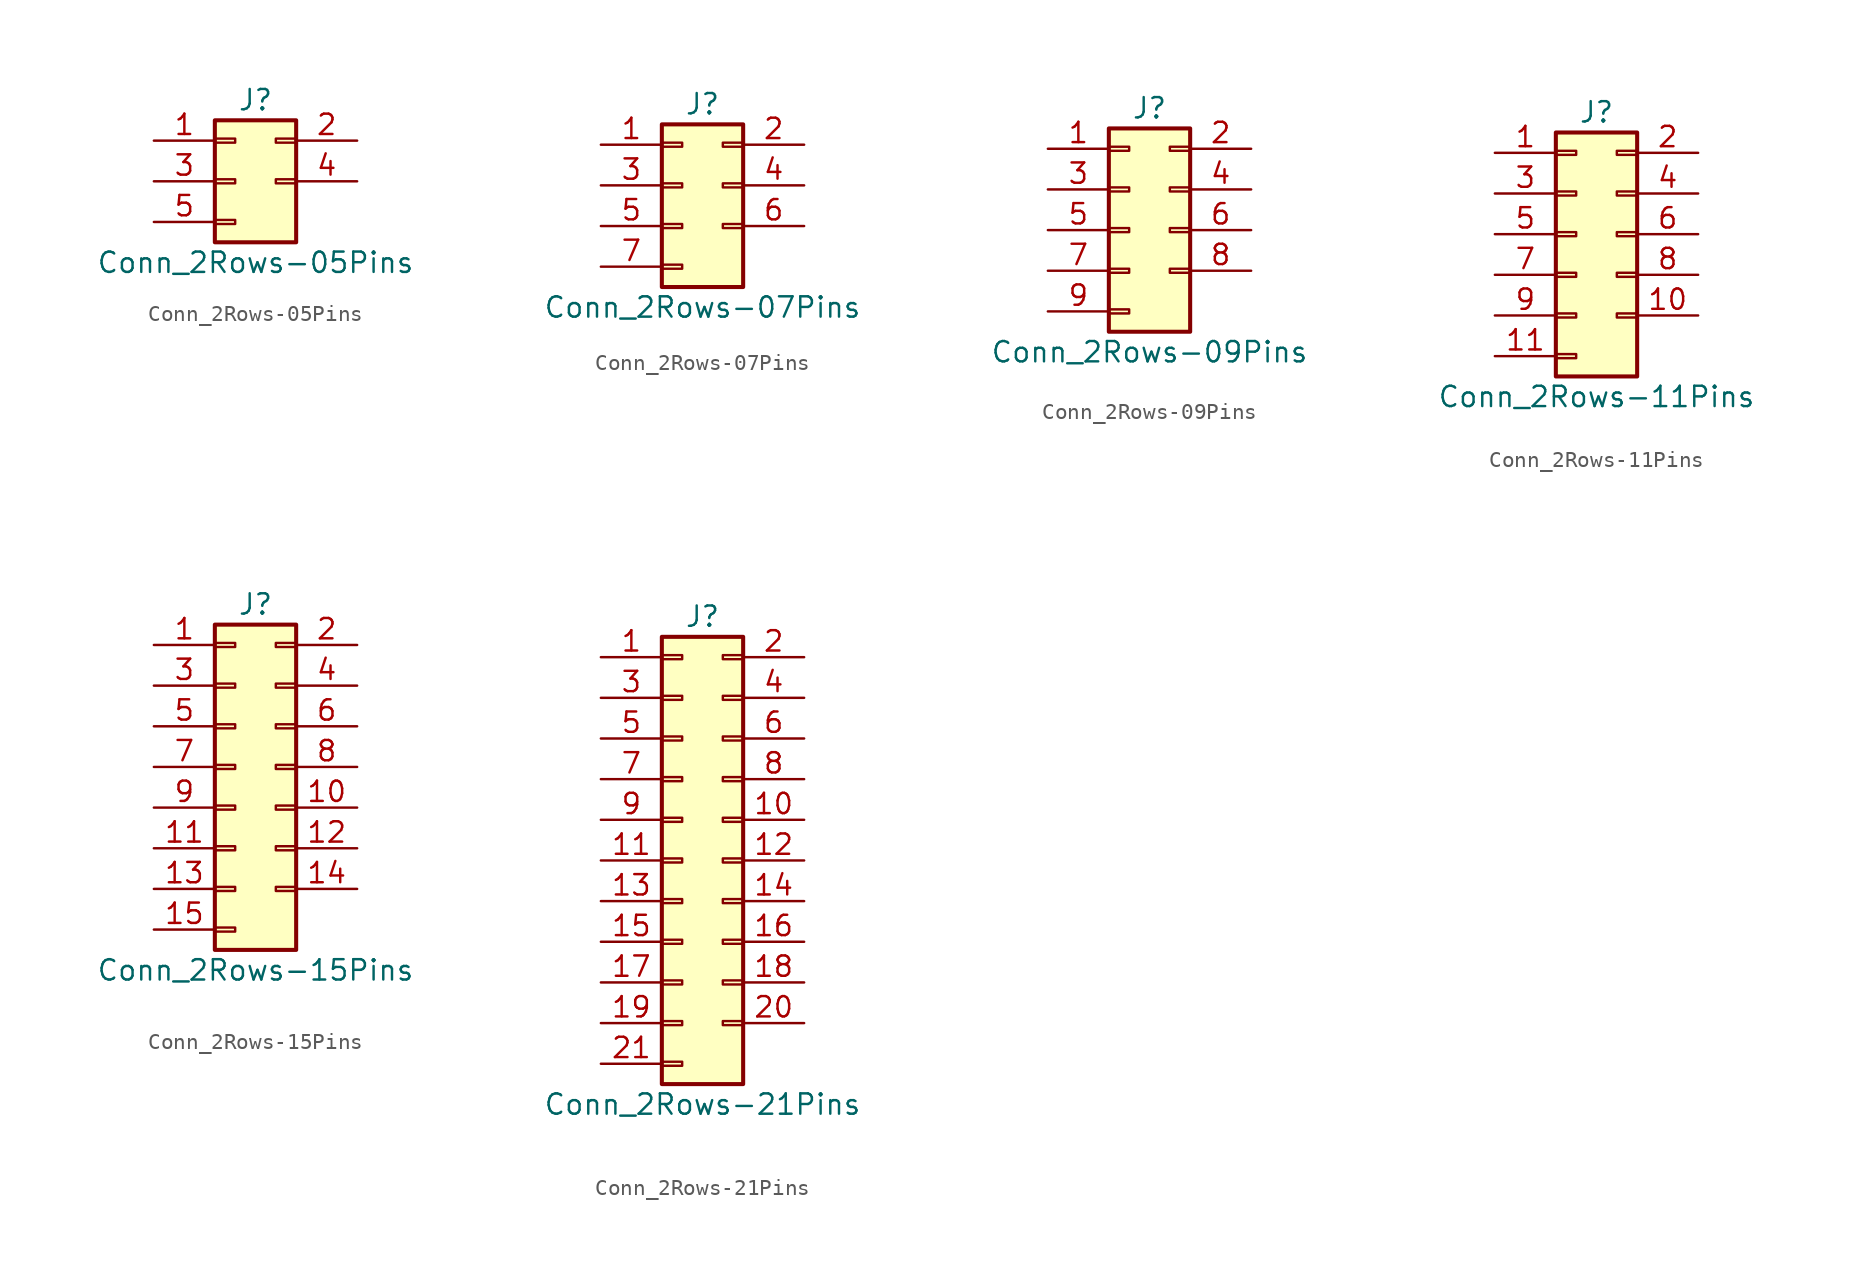
<source format=kicad_sym>
(kicad_symbol_lib
  (version 20211014)
  (generator kicad_symbol_editor)
  (symbol "Conn_2Rows-05Pins"
    (pin_names
      (offset 1.016) hide)
    (property "Reference" "J"
      (at 1.27 5.08 0)
      (effects (font (size 1.27 1.27))))
    (property "Value" "Conn_2Rows-05Pins"
      (at 1.27 -5.08 0)
      (effects (font (size 1.27 1.27))))
    (symbol "Conn_2Rows-05Pins_1_1"
      (rectangle (start -1.27 -2.413) (end 0 -2.667) (stroke (width 0.152) (type default) (color 0 0 0 0)) (fill (type none)))
      (rectangle (start -1.27 0.127) (end 0 -0.127) (stroke (width 0.152) (type default) (color 0 0 0 0)) (fill (type none)))
      (rectangle (start -1.27 2.667) (end 0 2.413) (stroke (width 0.152) (type default) (color 0 0 0 0)) (fill (type none)))
      (rectangle (start -1.27 3.81) (end 3.81 -3.81) (stroke (width 0.254) (type default) (color 0 0 0 0)) (fill (type background)))
      (rectangle (start 3.81 0.127) (end 2.54 -0.127) (stroke (width 0.152) (type default) (color 0 0 0 0)) (fill (type none)))
      (rectangle (start 3.81 2.667) (end 2.54 2.413) (stroke (width 0.152) (type default) (color 0 0 0 0)) (fill (type none)))
      (pin passive line (at -5.08 2.54 0) (length 3.81) (name "Pin_1" (effects (font (size 1.27 1.27)))) (number "1" (effects (font (size 1.27 1.27)))))
      (pin passive line (at 7.62 2.54 180) (length 3.81) (name "Pin_2" (effects (font (size 1.27 1.27)))) (number "2" (effects (font (size 1.27 1.27)))))
      (pin passive line (at -5.08 0 0) (length 3.81) (name "Pin_3" (effects (font (size 1.27 1.27)))) (number "3" (effects (font (size 1.27 1.27)))))
      (pin passive line (at 7.62 0 180) (length 3.81) (name "Pin_4" (effects (font (size 1.27 1.27)))) (number "4" (effects (font (size 1.27 1.27)))))
      (pin passive line (at -5.08 -2.54 0) (length 3.81) (name "Pin_5" (effects (font (size 1.27 1.27)))) (number "5" (effects (font (size 1.27 1.27)))))))
  (symbol "Conn_2Rows-07Pins"
    (pin_names
      (offset 1.016) hide)
    (property "Reference" "J"
      (at 1.27 5.08 0)
      (effects (font (size 1.27 1.27))))
    (property "Value" "Conn_2Rows-07Pins"
      (at 1.27 -7.62 0)
      (effects (font (size 1.27 1.27))))
    (symbol "Conn_2Rows-07Pins_1_1"
      (rectangle (start -1.27 -4.953) (end 0 -5.207) (stroke (width 0.152) (type default) (color 0 0 0 0)) (fill (type none)))
      (rectangle (start -1.27 -2.413) (end 0 -2.667) (stroke (width 0.152) (type default) (color 0 0 0 0)) (fill (type none)))
      (rectangle (start -1.27 0.127) (end 0 -0.127) (stroke (width 0.152) (type default) (color 0 0 0 0)) (fill (type none)))
      (rectangle (start -1.27 2.667) (end 0 2.413) (stroke (width 0.152) (type default) (color 0 0 0 0)) (fill (type none)))
      (rectangle (start -1.27 3.81) (end 3.81 -6.35) (stroke (width 0.254) (type default) (color 0 0 0 0)) (fill (type background)))
      (rectangle (start 3.81 -2.413) (end 2.54 -2.667) (stroke (width 0.152) (type default) (color 0 0 0 0)) (fill (type none)))
      (rectangle (start 3.81 0.127) (end 2.54 -0.127) (stroke (width 0.152) (type default) (color 0 0 0 0)) (fill (type none)))
      (rectangle (start 3.81 2.667) (end 2.54 2.413) (stroke (width 0.152) (type default) (color 0 0 0 0)) (fill (type none)))
      (pin passive line (at -5.08 2.54 0) (length 3.81) (name "Pin_1" (effects (font (size 1.27 1.27)))) (number "1" (effects (font (size 1.27 1.27)))))
      (pin passive line (at 7.62 2.54 180) (length 3.81) (name "Pin_2" (effects (font (size 1.27 1.27)))) (number "2" (effects (font (size 1.27 1.27)))))
      (pin passive line (at -5.08 0 0) (length 3.81) (name "Pin_3" (effects (font (size 1.27 1.27)))) (number "3" (effects (font (size 1.27 1.27)))))
      (pin passive line (at 7.62 0 180) (length 3.81) (name "Pin_4" (effects (font (size 1.27 1.27)))) (number "4" (effects (font (size 1.27 1.27)))))
      (pin passive line (at -5.08 -2.54 0) (length 3.81) (name "Pin_5" (effects (font (size 1.27 1.27)))) (number "5" (effects (font (size 1.27 1.27)))))
      (pin passive line (at 7.62 -2.54 180) (length 3.81) (name "Pin_6" (effects (font (size 1.27 1.27)))) (number "6" (effects (font (size 1.27 1.27)))))
      (pin passive line (at -5.08 -5.08 0) (length 3.81) (name "Pin_7" (effects (font (size 1.27 1.27)))) (number "7" (effects (font (size 1.27 1.27)))))))
  (symbol "Conn_2Rows-09Pins"
    (pin_names
      (offset 1.016) hide)
    (property "Reference" "J"
      (at 1.27 7.62 0)
      (effects (font (size 1.27 1.27))))
    (property "Value" "Conn_2Rows-09Pins"
      (at 1.27 -7.62 0)
      (effects (font (size 1.27 1.27))))
    (symbol "Conn_2Rows-09Pins_1_1"
      (rectangle (start -1.27 -4.953) (end 0 -5.207) (stroke (width 0.152) (type default) (color 0 0 0 0)) (fill (type none)))
      (rectangle (start -1.27 -2.413) (end 0 -2.667) (stroke (width 0.152) (type default) (color 0 0 0 0)) (fill (type none)))
      (rectangle (start -1.27 0.127) (end 0 -0.127) (stroke (width 0.152) (type default) (color 0 0 0 0)) (fill (type none)))
      (rectangle (start -1.27 2.667) (end 0 2.413) (stroke (width 0.152) (type default) (color 0 0 0 0)) (fill (type none)))
      (rectangle (start -1.27 5.207) (end 0 4.953) (stroke (width 0.152) (type default) (color 0 0 0 0)) (fill (type none)))
      (rectangle (start -1.27 6.35) (end 3.81 -6.35) (stroke (width 0.254) (type default) (color 0 0 0 0)) (fill (type background)))
      (rectangle (start 3.81 -2.413) (end 2.54 -2.667) (stroke (width 0.152) (type default) (color 0 0 0 0)) (fill (type none)))
      (rectangle (start 3.81 0.127) (end 2.54 -0.127) (stroke (width 0.152) (type default) (color 0 0 0 0)) (fill (type none)))
      (rectangle (start 3.81 2.667) (end 2.54 2.413) (stroke (width 0.152) (type default) (color 0 0 0 0)) (fill (type none)))
      (rectangle (start 3.81 5.207) (end 2.54 4.953) (stroke (width 0.152) (type default) (color 0 0 0 0)) (fill (type none)))
      (pin passive line (at -5.08 5.08 0) (length 3.81) (name "Pin_1" (effects (font (size 1.27 1.27)))) (number "1" (effects (font (size 1.27 1.27)))))
      (pin passive line (at 7.62 5.08 180) (length 3.81) (name "Pin_2" (effects (font (size 1.27 1.27)))) (number "2" (effects (font (size 1.27 1.27)))))
      (pin passive line (at -5.08 2.54 0) (length 3.81) (name "Pin_3" (effects (font (size 1.27 1.27)))) (number "3" (effects (font (size 1.27 1.27)))))
      (pin passive line (at 7.62 2.54 180) (length 3.81) (name "Pin_4" (effects (font (size 1.27 1.27)))) (number "4" (effects (font (size 1.27 1.27)))))
      (pin passive line (at -5.08 0 0) (length 3.81) (name "Pin_5" (effects (font (size 1.27 1.27)))) (number "5" (effects (font (size 1.27 1.27)))))
      (pin passive line (at 7.62 0 180) (length 3.81) (name "Pin_6" (effects (font (size 1.27 1.27)))) (number "6" (effects (font (size 1.27 1.27)))))
      (pin passive line (at -5.08 -2.54 0) (length 3.81) (name "Pin_7" (effects (font (size 1.27 1.27)))) (number "7" (effects (font (size 1.27 1.27)))))
      (pin passive line (at 7.62 -2.54 180) (length 3.81) (name "Pin_8" (effects (font (size 1.27 1.27)))) (number "8" (effects (font (size 1.27 1.27)))))
      (pin passive line (at -5.08 -5.08 0) (length 3.81) (name "Pin_9" (effects (font (size 1.27 1.27)))) (number "9" (effects (font (size 1.27 1.27)))))))
  (symbol "Conn_2Rows-11Pins"
    (pin_names
      (offset 1.016) hide)
    (property "Reference" "J"
      (at 1.27 7.62 0)
      (effects (font (size 1.27 1.27))))
    (property "Value" "Conn_2Rows-11Pins"
      (at 1.27 -10.16 0)
      (effects (font (size 1.27 1.27))))
    (symbol "Conn_2Rows-11Pins_1_1"
      (rectangle (start -1.27 -7.493) (end 0 -7.747) (stroke (width 0.152) (type default) (color 0 0 0 0)) (fill (type none)))
      (rectangle (start -1.27 -4.953) (end 0 -5.207) (stroke (width 0.152) (type default) (color 0 0 0 0)) (fill (type none)))
      (rectangle (start -1.27 -2.413) (end 0 -2.667) (stroke (width 0.152) (type default) (color 0 0 0 0)) (fill (type none)))
      (rectangle (start -1.27 0.127) (end 0 -0.127) (stroke (width 0.152) (type default) (color 0 0 0 0)) (fill (type none)))
      (rectangle (start -1.27 2.667) (end 0 2.413) (stroke (width 0.152) (type default) (color 0 0 0 0)) (fill (type none)))
      (rectangle (start -1.27 5.207) (end 0 4.953) (stroke (width 0.152) (type default) (color 0 0 0 0)) (fill (type none)))
      (rectangle (start -1.27 6.35) (end 3.81 -8.89) (stroke (width 0.254) (type default) (color 0 0 0 0)) (fill (type background)))
      (rectangle (start 3.81 -4.953) (end 2.54 -5.207) (stroke (width 0.152) (type default) (color 0 0 0 0)) (fill (type none)))
      (rectangle (start 3.81 -2.413) (end 2.54 -2.667) (stroke (width 0.152) (type default) (color 0 0 0 0)) (fill (type none)))
      (rectangle (start 3.81 0.127) (end 2.54 -0.127) (stroke (width 0.152) (type default) (color 0 0 0 0)) (fill (type none)))
      (rectangle (start 3.81 2.667) (end 2.54 2.413) (stroke (width 0.152) (type default) (color 0 0 0 0)) (fill (type none)))
      (rectangle (start 3.81 5.207) (end 2.54 4.953) (stroke (width 0.152) (type default) (color 0 0 0 0)) (fill (type none)))
      (pin passive line (at -5.08 5.08 0) (length 3.81) (name "Pin_1" (effects (font (size 1.27 1.27)))) (number "1" (effects (font (size 1.27 1.27)))))
      (pin passive line (at 7.62 -5.08 180) (length 3.81) (name "Pin_10" (effects (font (size 1.27 1.27)))) (number "10" (effects (font (size 1.27 1.27)))))
      (pin passive line (at -5.08 -7.62 0) (length 3.81) (name "Pin_11" (effects (font (size 1.27 1.27)))) (number "11" (effects (font (size 1.27 1.27)))))
      (pin passive line (at 7.62 5.08 180) (length 3.81) (name "Pin_2" (effects (font (size 1.27 1.27)))) (number "2" (effects (font (size 1.27 1.27)))))
      (pin passive line (at -5.08 2.54 0) (length 3.81) (name "Pin_3" (effects (font (size 1.27 1.27)))) (number "3" (effects (font (size 1.27 1.27)))))
      (pin passive line (at 7.62 2.54 180) (length 3.81) (name "Pin_4" (effects (font (size 1.27 1.27)))) (number "4" (effects (font (size 1.27 1.27)))))
      (pin passive line (at -5.08 0 0) (length 3.81) (name "Pin_5" (effects (font (size 1.27 1.27)))) (number "5" (effects (font (size 1.27 1.27)))))
      (pin passive line (at 7.62 0 180) (length 3.81) (name "Pin_6" (effects (font (size 1.27 1.27)))) (number "6" (effects (font (size 1.27 1.27)))))
      (pin passive line (at -5.08 -2.54 0) (length 3.81) (name "Pin_7" (effects (font (size 1.27 1.27)))) (number "7" (effects (font (size 1.27 1.27)))))
      (pin passive line (at 7.62 -2.54 180) (length 3.81) (name "Pin_8" (effects (font (size 1.27 1.27)))) (number "8" (effects (font (size 1.27 1.27)))))
      (pin passive line (at -5.08 -5.08 0) (length 3.81) (name "Pin_9" (effects (font (size 1.27 1.27)))) (number "9" (effects (font (size 1.27 1.27)))))))
  (symbol "Conn_2Rows-15Pins"
    (pin_names
      (offset 1.016) hide)
    (property "Reference" "J"
      (at 1.27 10.16 0)
      (effects (font (size 1.27 1.27))))
    (property "Value" "Conn_2Rows-15Pins"
      (at 1.27 -12.7 0)
      (effects (font (size 1.27 1.27))))
    (symbol "Conn_2Rows-15Pins_1_1"
      (rectangle (start -1.27 -10.033) (end 0 -10.287) (stroke (width 0.152) (type default) (color 0 0 0 0)) (fill (type none)))
      (rectangle (start -1.27 -7.493) (end 0 -7.747) (stroke (width 0.152) (type default) (color 0 0 0 0)) (fill (type none)))
      (rectangle (start -1.27 -4.953) (end 0 -5.207) (stroke (width 0.152) (type default) (color 0 0 0 0)) (fill (type none)))
      (rectangle (start -1.27 -2.413) (end 0 -2.667) (stroke (width 0.152) (type default) (color 0 0 0 0)) (fill (type none)))
      (rectangle (start -1.27 0.127) (end 0 -0.127) (stroke (width 0.152) (type default) (color 0 0 0 0)) (fill (type none)))
      (rectangle (start -1.27 2.667) (end 0 2.413) (stroke (width 0.152) (type default) (color 0 0 0 0)) (fill (type none)))
      (rectangle (start -1.27 5.207) (end 0 4.953) (stroke (width 0.152) (type default) (color 0 0 0 0)) (fill (type none)))
      (rectangle (start -1.27 7.747) (end 0 7.493) (stroke (width 0.152) (type default) (color 0 0 0 0)) (fill (type none)))
      (rectangle (start -1.27 8.89) (end 3.81 -11.43) (stroke (width 0.254) (type default) (color 0 0 0 0)) (fill (type background)))
      (rectangle (start 3.81 -7.493) (end 2.54 -7.747) (stroke (width 0.152) (type default) (color 0 0 0 0)) (fill (type none)))
      (rectangle (start 3.81 -4.953) (end 2.54 -5.207) (stroke (width 0.152) (type default) (color 0 0 0 0)) (fill (type none)))
      (rectangle (start 3.81 -2.413) (end 2.54 -2.667) (stroke (width 0.152) (type default) (color 0 0 0 0)) (fill (type none)))
      (rectangle (start 3.81 0.127) (end 2.54 -0.127) (stroke (width 0.152) (type default) (color 0 0 0 0)) (fill (type none)))
      (rectangle (start 3.81 2.667) (end 2.54 2.413) (stroke (width 0.152) (type default) (color 0 0 0 0)) (fill (type none)))
      (rectangle (start 3.81 5.207) (end 2.54 4.953) (stroke (width 0.152) (type default) (color 0 0 0 0)) (fill (type none)))
      (rectangle (start 3.81 7.747) (end 2.54 7.493) (stroke (width 0.152) (type default) (color 0 0 0 0)) (fill (type none)))
      (pin passive line (at -5.08 7.62 0) (length 3.81) (name "Pin_1" (effects (font (size 1.27 1.27)))) (number "1" (effects (font (size 1.27 1.27)))))
      (pin passive line (at 7.62 -2.54 180) (length 3.81) (name "Pin_10" (effects (font (size 1.27 1.27)))) (number "10" (effects (font (size 1.27 1.27)))))
      (pin passive line (at -5.08 -5.08 0) (length 3.81) (name "Pin_11" (effects (font (size 1.27 1.27)))) (number "11" (effects (font (size 1.27 1.27)))))
      (pin passive line (at 7.62 -5.08 180) (length 3.81) (name "Pin_12" (effects (font (size 1.27 1.27)))) (number "12" (effects (font (size 1.27 1.27)))))
      (pin passive line (at -5.08 -7.62 0) (length 3.81) (name "Pin_13" (effects (font (size 1.27 1.27)))) (number "13" (effects (font (size 1.27 1.27)))))
      (pin passive line (at 7.62 -7.62 180) (length 3.81) (name "Pin_14" (effects (font (size 1.27 1.27)))) (number "14" (effects (font (size 1.27 1.27)))))
      (pin passive line (at -5.08 -10.16 0) (length 3.81) (name "Pin_15" (effects (font (size 1.27 1.27)))) (number "15" (effects (font (size 1.27 1.27)))))
      (pin passive line (at 7.62 7.62 180) (length 3.81) (name "Pin_2" (effects (font (size 1.27 1.27)))) (number "2" (effects (font (size 1.27 1.27)))))
      (pin passive line (at -5.08 5.08 0) (length 3.81) (name "Pin_3" (effects (font (size 1.27 1.27)))) (number "3" (effects (font (size 1.27 1.27)))))
      (pin passive line (at 7.62 5.08 180) (length 3.81) (name "Pin_4" (effects (font (size 1.27 1.27)))) (number "4" (effects (font (size 1.27 1.27)))))
      (pin passive line (at -5.08 2.54 0) (length 3.81) (name "Pin_5" (effects (font (size 1.27 1.27)))) (number "5" (effects (font (size 1.27 1.27)))))
      (pin passive line (at 7.62 2.54 180) (length 3.81) (name "Pin_6" (effects (font (size 1.27 1.27)))) (number "6" (effects (font (size 1.27 1.27)))))
      (pin passive line (at -5.08 0 0) (length 3.81) (name "Pin_7" (effects (font (size 1.27 1.27)))) (number "7" (effects (font (size 1.27 1.27)))))
      (pin passive line (at 7.62 0 180) (length 3.81) (name "Pin_8" (effects (font (size 1.27 1.27)))) (number "8" (effects (font (size 1.27 1.27)))))
      (pin passive line (at -5.08 -2.54 0) (length 3.81) (name "Pin_9" (effects (font (size 1.27 1.27)))) (number "9" (effects (font (size 1.27 1.27)))))))
  (symbol "Conn_2Rows-21Pins"
    (pin_names
      (offset 1.016) hide)
    (property "Reference" "J"
      (at 1.27 15.24 0)
      (effects (font (size 1.27 1.27))))
    (property "Value" "Conn_2Rows-21Pins"
      (at 1.27 -15.24 0)
      (effects (font (size 1.27 1.27))))
    (symbol "Conn_2Rows-21Pins_1_1"
      (rectangle (start -1.27 -12.573) (end 0 -12.827) (stroke (width 0.152) (type default) (color 0 0 0 0)) (fill (type none)))
      (rectangle (start -1.27 -10.033) (end 0 -10.287) (stroke (width 0.152) (type default) (color 0 0 0 0)) (fill (type none)))
      (rectangle (start -1.27 -7.493) (end 0 -7.747) (stroke (width 0.152) (type default) (color 0 0 0 0)) (fill (type none)))
      (rectangle (start -1.27 -4.953) (end 0 -5.207) (stroke (width 0.152) (type default) (color 0 0 0 0)) (fill (type none)))
      (rectangle (start -1.27 -2.413) (end 0 -2.667) (stroke (width 0.152) (type default) (color 0 0 0 0)) (fill (type none)))
      (rectangle (start -1.27 0.127) (end 0 -0.127) (stroke (width 0.152) (type default) (color 0 0 0 0)) (fill (type none)))
      (rectangle (start -1.27 2.667) (end 0 2.413) (stroke (width 0.152) (type default) (color 0 0 0 0)) (fill (type none)))
      (rectangle (start -1.27 5.207) (end 0 4.953) (stroke (width 0.152) (type default) (color 0 0 0 0)) (fill (type none)))
      (rectangle (start -1.27 7.747) (end 0 7.493) (stroke (width 0.152) (type default) (color 0 0 0 0)) (fill (type none)))
      (rectangle (start -1.27 10.287) (end 0 10.033) (stroke (width 0.152) (type default) (color 0 0 0 0)) (fill (type none)))
      (rectangle (start -1.27 12.827) (end 0 12.573) (stroke (width 0.152) (type default) (color 0 0 0 0)) (fill (type none)))
      (rectangle (start -1.27 13.97) (end 3.81 -13.97) (stroke (width 0.254) (type default) (color 0 0 0 0)) (fill (type background)))
      (rectangle (start 3.81 -10.033) (end 2.54 -10.287) (stroke (width 0.152) (type default) (color 0 0 0 0)) (fill (type none)))
      (rectangle (start 3.81 -7.493) (end 2.54 -7.747) (stroke (width 0.152) (type default) (color 0 0 0 0)) (fill (type none)))
      (rectangle (start 3.81 -4.953) (end 2.54 -5.207) (stroke (width 0.152) (type default) (color 0 0 0 0)) (fill (type none)))
      (rectangle (start 3.81 -2.413) (end 2.54 -2.667) (stroke (width 0.152) (type default) (color 0 0 0 0)) (fill (type none)))
      (rectangle (start 3.81 0.127) (end 2.54 -0.127) (stroke (width 0.152) (type default) (color 0 0 0 0)) (fill (type none)))
      (rectangle (start 3.81 2.667) (end 2.54 2.413) (stroke (width 0.152) (type default) (color 0 0 0 0)) (fill (type none)))
      (rectangle (start 3.81 5.207) (end 2.54 4.953) (stroke (width 0.152) (type default) (color 0 0 0 0)) (fill (type none)))
      (rectangle (start 3.81 7.747) (end 2.54 7.493) (stroke (width 0.152) (type default) (color 0 0 0 0)) (fill (type none)))
      (rectangle (start 3.81 10.287) (end 2.54 10.033) (stroke (width 0.152) (type default) (color 0 0 0 0)) (fill (type none)))
      (rectangle (start 3.81 12.827) (end 2.54 12.573) (stroke (width 0.152) (type default) (color 0 0 0 0)) (fill (type none)))
      (pin passive line (at -5.08 12.7 0) (length 3.81) (name "Pin_1" (effects (font (size 1.27 1.27)))) (number "1" (effects (font (size 1.27 1.27)))))
      (pin passive line (at 7.62 2.54 180) (length 3.81) (name "Pin_10" (effects (font (size 1.27 1.27)))) (number "10" (effects (font (size 1.27 1.27)))))
      (pin passive line (at -5.08 0 0) (length 3.81) (name "Pin_11" (effects (font (size 1.27 1.27)))) (number "11" (effects (font (size 1.27 1.27)))))
      (pin passive line (at 7.62 0 180) (length 3.81) (name "Pin_12" (effects (font (size 1.27 1.27)))) (number "12" (effects (font (size 1.27 1.27)))))
      (pin passive line (at -5.08 -2.54 0) (length 3.81) (name "Pin_13" (effects (font (size 1.27 1.27)))) (number "13" (effects (font (size 1.27 1.27)))))
      (pin passive line (at 7.62 -2.54 180) (length 3.81) (name "Pin_14" (effects (font (size 1.27 1.27)))) (number "14" (effects (font (size 1.27 1.27)))))
      (pin passive line (at -5.08 -5.08 0) (length 3.81) (name "Pin_15" (effects (font (size 1.27 1.27)))) (number "15" (effects (font (size 1.27 1.27)))))
      (pin passive line (at 7.62 -5.08 180) (length 3.81) (name "Pin_16" (effects (font (size 1.27 1.27)))) (number "16" (effects (font (size 1.27 1.27)))))
      (pin passive line (at -5.08 -7.62 0) (length 3.81) (name "Pin_17" (effects (font (size 1.27 1.27)))) (number "17" (effects (font (size 1.27 1.27)))))
      (pin passive line (at 7.62 -7.62 180) (length 3.81) (name "Pin_18" (effects (font (size 1.27 1.27)))) (number "18" (effects (font (size 1.27 1.27)))))
      (pin passive line (at -5.08 -10.16 0) (length 3.81) (name "Pin_19" (effects (font (size 1.27 1.27)))) (number "19" (effects (font (size 1.27 1.27)))))
      (pin passive line (at 7.62 12.7 180) (length 3.81) (name "Pin_2" (effects (font (size 1.27 1.27)))) (number "2" (effects (font (size 1.27 1.27)))))
      (pin passive line (at 7.62 -10.16 180) (length 3.81) (name "Pin_20" (effects (font (size 1.27 1.27)))) (number "20" (effects (font (size 1.27 1.27)))))
      (pin passive line (at -5.08 -12.7 0) (length 3.81) (name "Pin_21" (effects (font (size 1.27 1.27)))) (number "21" (effects (font (size 1.27 1.27)))))
      (pin passive line (at -5.08 10.16 0) (length 3.81) (name "Pin_3" (effects (font (size 1.27 1.27)))) (number "3" (effects (font (size 1.27 1.27)))))
      (pin passive line (at 7.62 10.16 180) (length 3.81) (name "Pin_4" (effects (font (size 1.27 1.27)))) (number "4" (effects (font (size 1.27 1.27)))))
      (pin passive line (at -5.08 7.62 0) (length 3.81) (name "Pin_5" (effects (font (size 1.27 1.27)))) (number "5" (effects (font (size 1.27 1.27)))))
      (pin passive line (at 7.62 7.62 180) (length 3.81) (name "Pin_6" (effects (font (size 1.27 1.27)))) (number "6" (effects (font (size 1.27 1.27)))))
      (pin passive line (at -5.08 5.08 0) (length 3.81) (name "Pin_7" (effects (font (size 1.27 1.27)))) (number "7" (effects (font (size 1.27 1.27)))))
      (pin passive line (at 7.62 5.08 180) (length 3.81) (name "Pin_8" (effects (font (size 1.27 1.27)))) (number "8" (effects (font (size 1.27 1.27)))))
      (pin passive line (at -5.08 2.54 0) (length 3.81) (name "Pin_9" (effects (font (size 1.27 1.27)))) (number "9" (effects (font (size 1.27 1.27))))))))
</source>
